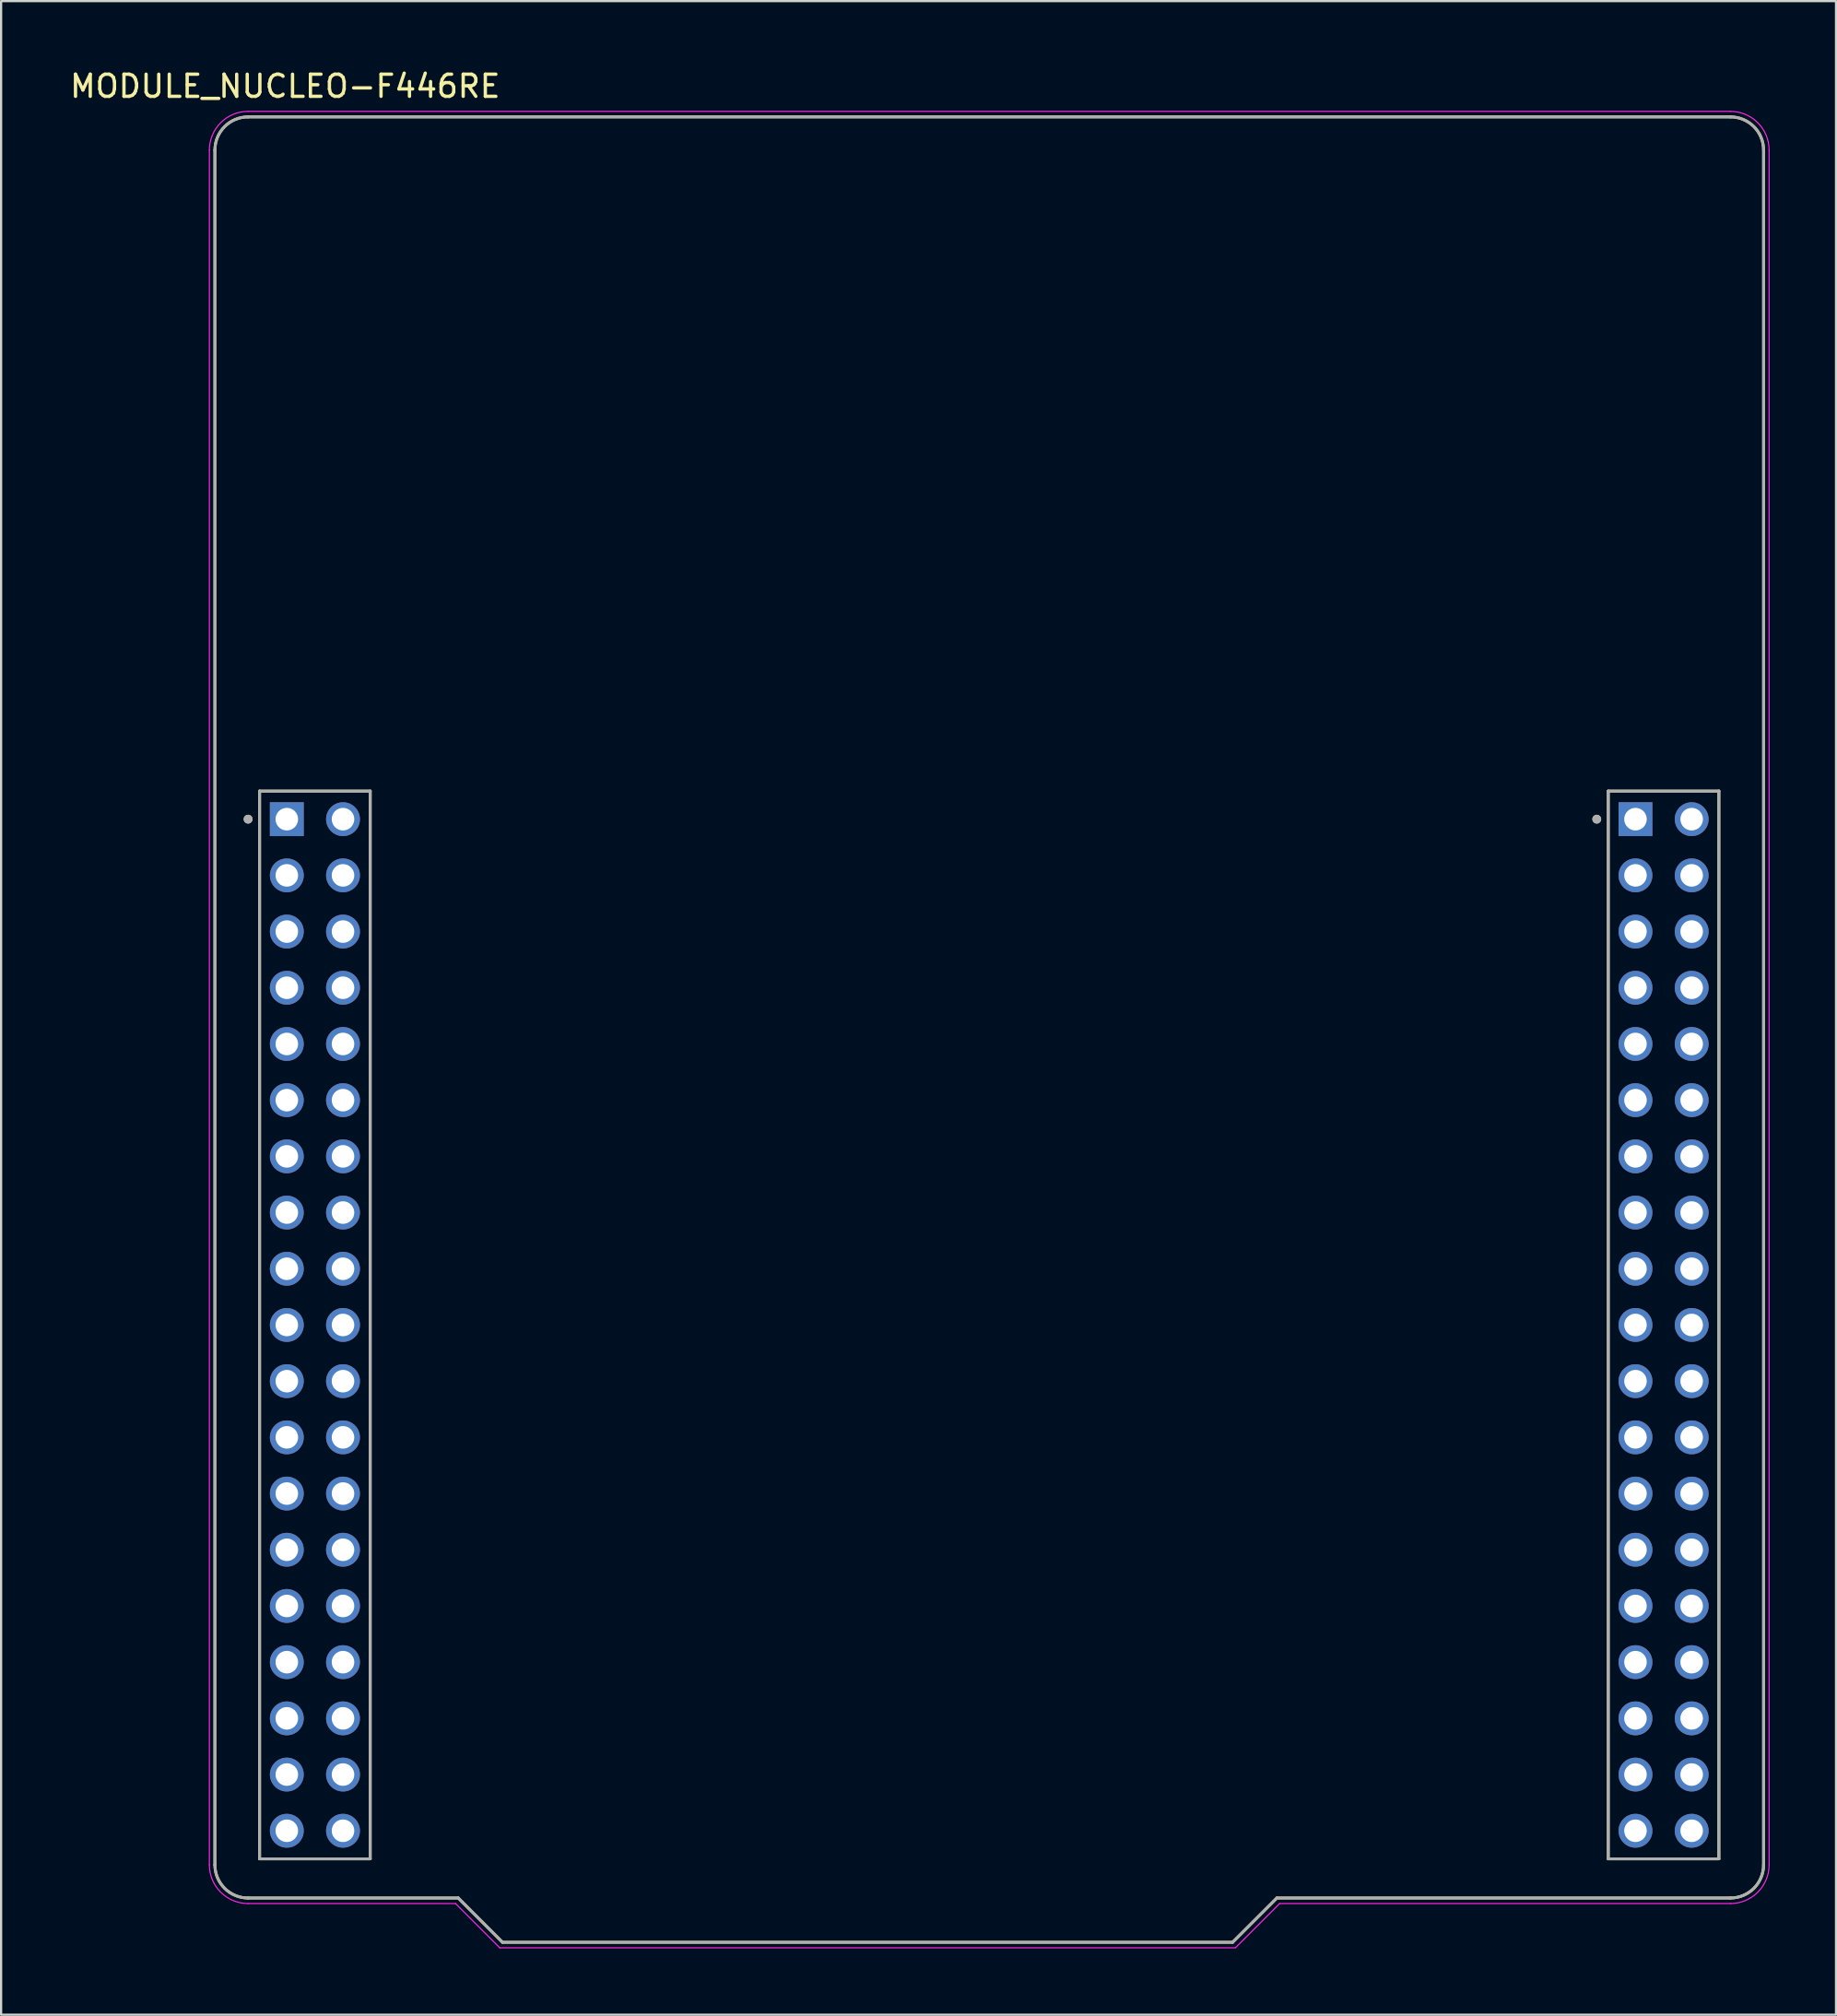
<source format=kicad_pcb>
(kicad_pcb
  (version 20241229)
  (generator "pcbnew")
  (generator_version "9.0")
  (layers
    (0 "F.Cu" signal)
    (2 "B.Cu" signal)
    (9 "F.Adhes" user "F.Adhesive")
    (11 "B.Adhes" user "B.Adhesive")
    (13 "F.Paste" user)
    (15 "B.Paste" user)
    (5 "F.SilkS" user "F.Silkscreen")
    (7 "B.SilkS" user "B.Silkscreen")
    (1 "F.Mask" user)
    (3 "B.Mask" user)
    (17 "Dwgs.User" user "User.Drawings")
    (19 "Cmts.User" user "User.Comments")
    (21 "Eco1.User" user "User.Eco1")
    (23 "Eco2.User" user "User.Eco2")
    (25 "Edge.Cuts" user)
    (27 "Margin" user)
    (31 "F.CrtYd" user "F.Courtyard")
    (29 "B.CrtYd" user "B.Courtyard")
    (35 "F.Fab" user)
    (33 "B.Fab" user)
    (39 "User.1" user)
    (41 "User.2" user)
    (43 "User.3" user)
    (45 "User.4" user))
  (footprint "MODULE_NUCLEO-F446RE"
    (layer "F.Cu")
    (at 41.664 43.483)
    (property "Reference" "MODULE_NUCLEO-F446RE" (at -31.825 -42.635 0) (layer "F.SilkS") (effects (font (size 1 1) (thickness 0.15))))
    (attr through_hole)
    (fp_line (start -35 37.75) (end -35 -39.75) (stroke (width 0.127) (type solid)) (layer "F.SilkS"))
    (fp_line (start -33.5 -41.25) (end 33.5 -41.25) (stroke (width 0.127) (type solid)) (layer "F.SilkS"))
    (fp_line (start -32.98 -10.78) (end -32.98 37.48) (stroke (width 0.127) (type solid)) (layer "F.SilkS"))
    (fp_line (start -32.98 37.48) (end -27.98 37.48) (stroke (width 0.127) (type solid)) (layer "F.SilkS"))
    (fp_line (start -27.98 -10.78) (end -32.98 -10.78) (stroke (width 0.127) (type solid)) (layer "F.SilkS"))
    (fp_line (start -27.98 37.48) (end -27.98 -10.78) (stroke (width 0.127) (type solid)) (layer "F.SilkS"))
    (fp_line (start -24 39.25) (end -33.5 39.25) (stroke (width 0.127) (type solid)) (layer "F.SilkS"))
    (fp_line (start -22 41.25) (end -24 39.25) (stroke (width 0.127) (type solid)) (layer "F.SilkS"))
    (fp_line (start 11 41.25) (end -22 41.25) (stroke (width 0.127) (type solid)) (layer "F.SilkS"))
    (fp_line (start 13 39.25) (end 11 41.25) (stroke (width 0.127) (type solid)) (layer "F.SilkS"))
    (fp_line (start 27.98 -10.78) (end 27.98 37.48) (stroke (width 0.127) (type solid)) (layer "F.SilkS"))
    (fp_line (start 27.98 37.48) (end 32.98 37.48) (stroke (width 0.127) (type solid)) (layer "F.SilkS"))
    (fp_line (start 32.98 -10.78) (end 27.98 -10.78) (stroke (width 0.127) (type solid)) (layer "F.SilkS"))
    (fp_line (start 32.98 37.48) (end 32.98 -10.78) (stroke (width 0.127) (type solid)) (layer "F.SilkS"))
    (fp_line (start 33.5 39.25) (end 13 39.25) (stroke (width 0.127) (type solid)) (layer "F.SilkS"))
    (fp_line (start 35 -39.75) (end 35 37.75) (stroke (width 0.127) (type solid)) (layer "F.SilkS"))
    (fp_arc (start -35 -39.75) (mid -34.56066 -40.81066) (end -33.5 -41.25) (stroke (width 0.127) (type solid)) (layer "F.SilkS"))
    (fp_arc (start -33.5 39.25) (mid -34.56066 38.81066) (end -35 37.75) (stroke (width 0.127) (type solid)) (layer "F.SilkS"))
    (fp_arc (start 33.5 -41.25) (mid 34.56066 -40.81066) (end 35 -39.75) (stroke (width 0.127) (type solid)) (layer "F.SilkS"))
    (fp_arc (start 35 37.75) (mid 34.56066 38.81066) (end 33.5 39.25) (stroke (width 0.127) (type solid)) (layer "F.SilkS"))
    (fp_circle (center -33.5 -9.51) (end -33.4 -9.51) (stroke (width 0.2) (type solid)) (fill no) (layer "F.SilkS"))
    (fp_circle (center 27.46 -9.51) (end 27.56 -9.51) (stroke (width 0.2) (type solid)) (fill no) (layer "F.SilkS"))
    (fp_line (start -35.25 37.75) (end -35.25 -39.75) (stroke (width 0.05) (type solid)) (layer "F.CrtYd"))
    (fp_line (start -33.5 -41.5) (end 33.5 -41.5) (stroke (width 0.05) (type solid)) (layer "F.CrtYd"))
    (fp_line (start -24.125 39.5) (end -33.5 39.5) (stroke (width 0.05) (type solid)) (layer "F.CrtYd"))
    (fp_line (start -22.125 41.5) (end -24.125 39.5) (stroke (width 0.05) (type solid)) (layer "F.CrtYd"))
    (fp_line (start 11.125 41.5) (end -22.125 41.5) (stroke (width 0.05) (type solid)) (layer "F.CrtYd"))
    (fp_line (start 13.125 39.5) (end 11.125 41.5) (stroke (width 0.05) (type solid)) (layer "F.CrtYd"))
    (fp_line (start 33.5 39.5) (end 13.125 39.5) (stroke (width 0.05) (type solid)) (layer "F.CrtYd"))
    (fp_line (start 35.25 -39.75) (end 35.25 37.75) (stroke (width 0.05) (type solid)) (layer "F.CrtYd"))
    (fp_arc (start -35.25 -39.75) (mid -34.737437 -40.987437) (end -33.5 -41.5) (stroke (width 0.05) (type solid)) (layer "F.CrtYd"))
    (fp_arc (start -33.5 39.5) (mid -34.737437 38.987437) (end -35.25 37.75) (stroke (width 0.05) (type solid)) (layer "F.CrtYd"))
    (fp_arc (start 33.5 -41.5) (mid 34.737437 -40.987437) (end 35.25 -39.75) (stroke (width 0.05) (type solid)) (layer "F.CrtYd"))
    (fp_arc (start 35.25 37.75) (mid 34.737437 38.987437) (end 33.5 39.5) (stroke (width 0.05) (type solid)) (layer "F.CrtYd"))
    (fp_line (start -35 37.75) (end -35 -39.75) (stroke (width 0.127) (type solid)) (layer "F.Fab"))
    (fp_line (start -33.5 -41.25) (end 33.5 -41.25) (stroke (width 0.127) (type solid)) (layer "F.Fab"))
    (fp_line (start -32.98 -10.78) (end -32.98 37.48) (stroke (width 0.127) (type solid)) (layer "F.Fab"))
    (fp_line (start -32.98 37.48) (end -27.98 37.48) (stroke (width 0.127) (type solid)) (layer "F.Fab"))
    (fp_line (start -27.98 -10.78) (end -32.98 -10.78) (stroke (width 0.127) (type solid)) (layer "F.Fab"))
    (fp_line (start -27.98 37.48) (end -27.98 -10.78) (stroke (width 0.127) (type solid)) (layer "F.Fab"))
    (fp_line (start -24 39.25) (end -33.5 39.25) (stroke (width 0.127) (type solid)) (layer "F.Fab"))
    (fp_line (start -22 41.25) (end -24 39.25) (stroke (width 0.127) (type solid)) (layer "F.Fab"))
    (fp_line (start 11 41.25) (end -22 41.25) (stroke (width 0.127) (type solid)) (layer "F.Fab"))
    (fp_line (start 13 39.25) (end 11 41.25) (stroke (width 0.127) (type solid)) (layer "F.Fab"))
    (fp_line (start 27.98 -10.78) (end 27.98 37.48) (stroke (width 0.127) (type solid)) (layer "F.Fab"))
    (fp_line (start 27.98 37.48) (end 32.98 37.48) (stroke (width 0.127) (type solid)) (layer "F.Fab"))
    (fp_line (start 32.98 -10.78) (end 27.98 -10.78) (stroke (width 0.127) (type solid)) (layer "F.Fab"))
    (fp_line (start 32.98 37.48) (end 32.98 -10.78) (stroke (width 0.127) (type solid)) (layer "F.Fab"))
    (fp_line (start 33.5 39.25) (end 13 39.25) (stroke (width 0.127) (type solid)) (layer "F.Fab"))
    (fp_line (start 35 -39.75) (end 35 37.75) (stroke (width 0.127) (type solid)) (layer "F.Fab"))
    (fp_arc (start -35 -39.75) (mid -34.56066 -40.81066) (end -33.5 -41.25) (stroke (width 0.127) (type solid)) (layer "F.Fab"))
    (fp_arc (start -33.5 39.25) (mid -34.56066 38.81066) (end -35 37.75) (stroke (width 0.127) (type solid)) (layer "F.Fab"))
    (fp_arc (start 33.5 -41.25) (mid 34.56066 -40.81066) (end 35 -39.75) (stroke (width 0.127) (type solid)) (layer "F.Fab"))
    (fp_arc (start 35 37.75) (mid 34.56066 38.81066) (end 33.5 39.25) (stroke (width 0.127) (type solid)) (layer "F.Fab"))
    (fp_circle (center -33.5 -9.51) (end -33.4 -9.51) (stroke (width 0.2) (type solid)) (fill no) (layer "F.Fab"))
    (fp_circle (center 27.46 -9.51) (end 27.56 -9.51) (stroke (width 0.2) (type solid)) (fill no) (layer "F.Fab"))
    (pad "CN7_1" thru_hole rect (at -31.75 -9.51) (size 1.53 1.53) (drill 1.02) (layers "*.Cu" "*.Mask"))
    (pad "CN7_2" thru_hole circle (at -29.21 -9.51) (size 1.53 1.53) (drill 1.02) (layers "*.Cu" "*.Mask"))
    (pad "CN7_3" thru_hole circle (at -31.75 -6.97) (size 1.53 1.53) (drill 1.02) (layers "*.Cu" "*.Mask"))
    (pad "CN7_4" thru_hole circle (at -29.21 -6.97) (size 1.53 1.53) (drill 1.02) (layers "*.Cu" "*.Mask"))
    (pad "CN7_5" thru_hole circle (at -31.75 -4.43) (size 1.53 1.53) (drill 1.02) (layers "*.Cu" "*.Mask"))
    (pad "CN7_6" thru_hole circle (at -29.21 -4.43) (size 1.53 1.53) (drill 1.02) (layers "*.Cu" "*.Mask"))
    (pad "CN7_7" thru_hole circle (at -31.75 -1.89) (size 1.53 1.53) (drill 1.02) (layers "*.Cu" "*.Mask"))
    (pad "CN7_8" thru_hole circle (at -29.21 -1.89) (size 1.53 1.53) (drill 1.02) (layers "*.Cu" "*.Mask"))
    (pad "CN7_9" thru_hole circle (at -31.75 0.65) (size 1.53 1.53) (drill 1.02) (layers "*.Cu" "*.Mask"))
    (pad "CN7_10" thru_hole circle (at -29.21 0.65) (size 1.53 1.53) (drill 1.02) (layers "*.Cu" "*.Mask"))
    (pad "CN7_11" thru_hole circle (at -31.75 3.19) (size 1.53 1.53) (drill 1.02) (layers "*.Cu" "*.Mask"))
    (pad "CN7_12" thru_hole circle (at -29.21 3.19) (size 1.53 1.53) (drill 1.02) (layers "*.Cu" "*.Mask"))
    (pad "CN7_13" thru_hole circle (at -31.75 5.73) (size 1.53 1.53) (drill 1.02) (layers "*.Cu" "*.Mask"))
    (pad "CN7_14" thru_hole circle (at -29.21 5.73) (size 1.53 1.53) (drill 1.02) (layers "*.Cu" "*.Mask"))
    (pad "CN7_15" thru_hole circle (at -31.75 8.27) (size 1.53 1.53) (drill 1.02) (layers "*.Cu" "*.Mask"))
    (pad "CN7_16" thru_hole circle (at -29.21 8.27) (size 1.53 1.53) (drill 1.02) (layers "*.Cu" "*.Mask"))
    (pad "CN7_17" thru_hole circle (at -31.75 10.81) (size 1.53 1.53) (drill 1.02) (layers "*.Cu" "*.Mask"))
    (pad "CN7_18" thru_hole circle (at -29.21 10.81) (size 1.53 1.53) (drill 1.02) (layers "*.Cu" "*.Mask"))
    (pad "CN7_19" thru_hole circle (at -31.75 13.35) (size 1.53 1.53) (drill 1.02) (layers "*.Cu" "*.Mask"))
    (pad "CN7_20" thru_hole circle (at -29.21 13.35) (size 1.53 1.53) (drill 1.02) (layers "*.Cu" "*.Mask"))
    (pad "CN7_21" thru_hole circle (at -31.75 15.89) (size 1.53 1.53) (drill 1.02) (layers "*.Cu" "*.Mask"))
    (pad "CN7_22" thru_hole circle (at -29.21 15.89) (size 1.53 1.53) (drill 1.02) (layers "*.Cu" "*.Mask"))
    (pad "CN7_23" thru_hole circle (at -31.75 18.43) (size 1.53 1.53) (drill 1.02) (layers "*.Cu" "*.Mask"))
    (pad "CN7_24" thru_hole circle (at -29.21 18.43) (size 1.53 1.53) (drill 1.02) (layers "*.Cu" "*.Mask"))
    (pad "CN7_25" thru_hole circle (at -31.75 20.97) (size 1.53 1.53) (drill 1.02) (layers "*.Cu" "*.Mask"))
    (pad "CN7_26" thru_hole circle (at -29.21 20.97) (size 1.53 1.53) (drill 1.02) (layers "*.Cu" "*.Mask"))
    (pad "CN7_27" thru_hole circle (at -31.75 23.51) (size 1.53 1.53) (drill 1.02) (layers "*.Cu" "*.Mask"))
    (pad "CN7_28" thru_hole circle (at -29.21 23.51) (size 1.53 1.53) (drill 1.02) (layers "*.Cu" "*.Mask"))
    (pad "CN7_29" thru_hole circle (at -31.75 26.05) (size 1.53 1.53) (drill 1.02) (layers "*.Cu" "*.Mask"))
    (pad "CN7_30" thru_hole circle (at -29.21 26.05) (size 1.53 1.53) (drill 1.02) (layers "*.Cu" "*.Mask"))
    (pad "CN7_31" thru_hole circle (at -31.75 28.59) (size 1.53 1.53) (drill 1.02) (layers "*.Cu" "*.Mask"))
    (pad "CN7_32" thru_hole circle (at -29.21 28.59) (size 1.53 1.53) (drill 1.02) (layers "*.Cu" "*.Mask"))
    (pad "CN7_33" thru_hole circle (at -31.75 31.13) (size 1.53 1.53) (drill 1.02) (layers "*.Cu" "*.Mask"))
    (pad "CN7_34" thru_hole circle (at -29.21 31.13) (size 1.53 1.53) (drill 1.02) (layers "*.Cu" "*.Mask"))
    (pad "CN7_35" thru_hole circle (at -31.75 33.67) (size 1.53 1.53) (drill 1.02) (layers "*.Cu" "*.Mask"))
    (pad "CN7_36" thru_hole circle (at -29.21 33.67) (size 1.53 1.53) (drill 1.02) (layers "*.Cu" "*.Mask"))
    (pad "CN7_37" thru_hole circle (at -31.75 36.21) (size 1.53 1.53) (drill 1.02) (layers "*.Cu" "*.Mask"))
    (pad "CN7_38" thru_hole circle (at -29.21 36.21) (size 1.53 1.53) (drill 1.02) (layers "*.Cu" "*.Mask"))
    (pad "CN10_1" thru_hole rect (at 29.21 -9.51) (size 1.53 1.53) (drill 1.02) (layers "*.Cu" "*.Mask"))
    (pad "CN10_2" thru_hole circle (at 31.75 -9.51) (size 1.53 1.53) (drill 1.02) (layers "*.Cu" "*.Mask"))
    (pad "CN10_3" thru_hole circle (at 29.21 -6.97) (size 1.53 1.53) (drill 1.02) (layers "*.Cu" "*.Mask"))
    (pad "CN10_4" thru_hole circle (at 31.75 -6.97) (size 1.53 1.53) (drill 1.02) (layers "*.Cu" "*.Mask"))
    (pad "CN10_5" thru_hole circle (at 29.21 -4.43) (size 1.53 1.53) (drill 1.02) (layers "*.Cu" "*.Mask"))
    (pad "CN10_6" thru_hole circle (at 31.75 -4.43) (size 1.53 1.53) (drill 1.02) (layers "*.Cu" "*.Mask"))
    (pad "CN10_7" thru_hole circle (at 29.21 -1.89) (size 1.53 1.53) (drill 1.02) (layers "*.Cu" "*.Mask"))
    (pad "CN10_8" thru_hole circle (at 31.75 -1.89) (size 1.53 1.53) (drill 1.02) (layers "*.Cu" "*.Mask"))
    (pad "CN10_9" thru_hole circle (at 29.21 0.65) (size 1.53 1.53) (drill 1.02) (layers "*.Cu" "*.Mask"))
    (pad "CN10_10" thru_hole circle (at 31.75 0.65) (size 1.53 1.53) (drill 1.02) (layers "*.Cu" "*.Mask"))
    (pad "CN10_11" thru_hole circle (at 29.21 3.19) (size 1.53 1.53) (drill 1.02) (layers "*.Cu" "*.Mask"))
    (pad "CN10_12" thru_hole circle (at 31.75 3.19) (size 1.53 1.53) (drill 1.02) (layers "*.Cu" "*.Mask"))
    (pad "CN10_13" thru_hole circle (at 29.21 5.73) (size 1.53 1.53) (drill 1.02) (layers "*.Cu" "*.Mask"))
    (pad "CN10_14" thru_hole circle (at 31.75 5.73) (size 1.53 1.53) (drill 1.02) (layers "*.Cu" "*.Mask"))
    (pad "CN10_15" thru_hole circle (at 29.21 8.27) (size 1.53 1.53) (drill 1.02) (layers "*.Cu" "*.Mask"))
    (pad "CN10_16" thru_hole circle (at 31.75 8.27) (size 1.53 1.53) (drill 1.02) (layers "*.Cu" "*.Mask"))
    (pad "CN10_17" thru_hole circle (at 29.21 10.81) (size 1.53 1.53) (drill 1.02) (layers "*.Cu" "*.Mask"))
    (pad "CN10_18" thru_hole circle (at 31.75 10.81) (size 1.53 1.53) (drill 1.02) (layers "*.Cu" "*.Mask"))
    (pad "CN10_19" thru_hole circle (at 29.21 13.35) (size 1.53 1.53) (drill 1.02) (layers "*.Cu" "*.Mask"))
    (pad "CN10_20" thru_hole circle (at 31.75 13.35) (size 1.53 1.53) (drill 1.02) (layers "*.Cu" "*.Mask"))
    (pad "CN10_21" thru_hole circle (at 29.21 15.89) (size 1.53 1.53) (drill 1.02) (layers "*.Cu" "*.Mask"))
    (pad "CN10_22" thru_hole circle (at 31.75 15.89) (size 1.53 1.53) (drill 1.02) (layers "*.Cu" "*.Mask"))
    (pad "CN10_23" thru_hole circle (at 29.21 18.43) (size 1.53 1.53) (drill 1.02) (layers "*.Cu" "*.Mask"))
    (pad "CN10_24" thru_hole circle (at 31.75 18.43) (size 1.53 1.53) (drill 1.02) (layers "*.Cu" "*.Mask"))
    (pad "CN10_25" thru_hole circle (at 29.21 20.97) (size 1.53 1.53) (drill 1.02) (layers "*.Cu" "*.Mask"))
    (pad "CN10_26" thru_hole circle (at 31.75 20.97) (size 1.53 1.53) (drill 1.02) (layers "*.Cu" "*.Mask"))
    (pad "CN10_27" thru_hole circle (at 29.21 23.51) (size 1.53 1.53) (drill 1.02) (layers "*.Cu" "*.Mask"))
    (pad "CN10_28" thru_hole circle (at 31.75 23.51) (size 1.53 1.53) (drill 1.02) (layers "*.Cu" "*.Mask"))
    (pad "CN10_29" thru_hole circle (at 29.21 26.05) (size 1.53 1.53) (drill 1.02) (layers "*.Cu" "*.Mask"))
    (pad "CN10_30" thru_hole circle (at 31.75 26.05) (size 1.53 1.53) (drill 1.02) (layers "*.Cu" "*.Mask"))
    (pad "CN10_31" thru_hole circle (at 29.21 28.59) (size 1.53 1.53) (drill 1.02) (layers "*.Cu" "*.Mask"))
    (pad "CN10_32" thru_hole circle (at 31.75 28.59) (size 1.53 1.53) (drill 1.02) (layers "*.Cu" "*.Mask"))
    (pad "CN10_33" thru_hole circle (at 29.21 31.13) (size 1.53 1.53) (drill 1.02) (layers "*.Cu" "*.Mask"))
    (pad "CN10_34" thru_hole circle (at 31.75 31.13) (size 1.53 1.53) (drill 1.02) (layers "*.Cu" "*.Mask"))
    (pad "CN10_35" thru_hole circle (at 29.21 33.67) (size 1.53 1.53) (drill 1.02) (layers "*.Cu" "*.Mask"))
    (pad "CN10_36" thru_hole circle (at 31.75 33.67) (size 1.53 1.53) (drill 1.02) (layers "*.Cu" "*.Mask"))
    (pad "CN10_37" thru_hole circle (at 29.21 36.21) (size 1.53 1.53) (drill 1.02) (layers "*.Cu" "*.Mask"))
    (pad "CN10_38" thru_hole circle (at 31.75 36.21) (size 1.53 1.53) (drill 1.02) (layers "*.Cu" "*.Mask")))
  (gr_rect
    (start -3 -3)
    (end 79.939 88.008)
    (stroke (width 0.1) (type default))
    (fill no)
    (layer "Edge.Cuts")))
</source>
